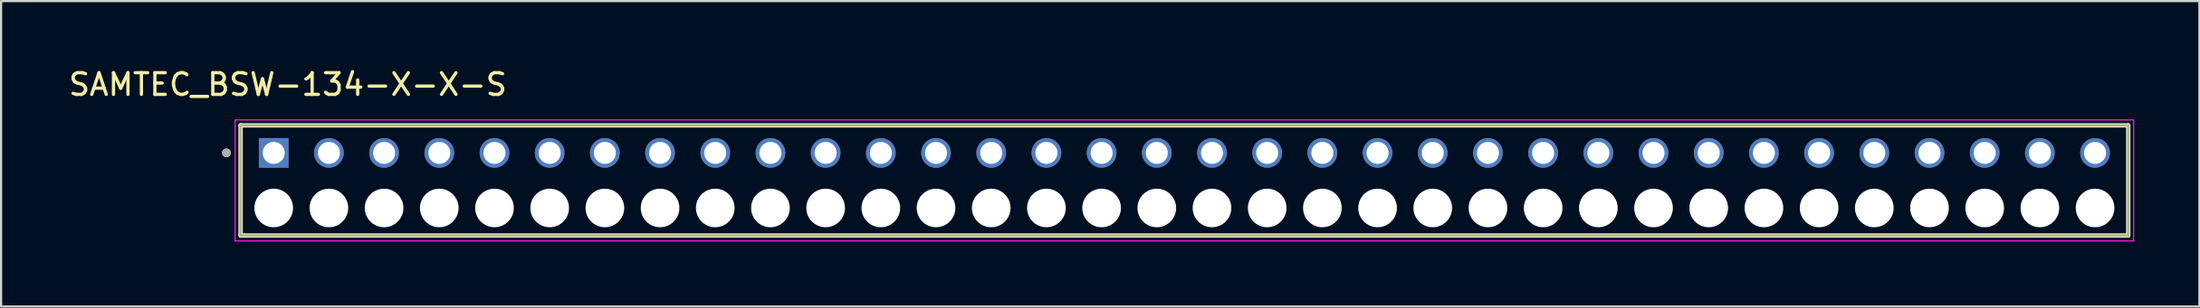
<source format=kicad_pcb>
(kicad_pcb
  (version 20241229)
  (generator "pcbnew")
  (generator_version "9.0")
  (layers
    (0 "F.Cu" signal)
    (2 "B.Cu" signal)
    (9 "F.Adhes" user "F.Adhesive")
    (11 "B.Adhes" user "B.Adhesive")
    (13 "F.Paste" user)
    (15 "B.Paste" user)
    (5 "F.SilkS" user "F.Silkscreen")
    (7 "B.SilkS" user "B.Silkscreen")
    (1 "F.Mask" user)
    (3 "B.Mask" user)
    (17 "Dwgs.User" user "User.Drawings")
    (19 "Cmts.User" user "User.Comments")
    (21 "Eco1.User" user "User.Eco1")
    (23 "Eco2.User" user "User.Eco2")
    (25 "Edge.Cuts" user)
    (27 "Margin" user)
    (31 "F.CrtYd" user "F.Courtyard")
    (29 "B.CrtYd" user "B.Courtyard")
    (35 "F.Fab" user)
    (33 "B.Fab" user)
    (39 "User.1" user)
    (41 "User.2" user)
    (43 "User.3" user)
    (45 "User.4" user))
  (footprint "SAMTEC_BSW-134-X-X-S"
    (layer "F.Cu")
    (at 51.456 5.273)
    (property "Reference" "SAMTEC_BSW-134-X-X-S" (at -41.26 -4.425 0) (layer "F.SilkS") (effects (font (size 1 1) (thickness 0.15))))
    (attr through_hole)
    (fp_line (start -43.435 -2.54) (end 43.435 -2.54) (stroke (width 0.2) (type solid)) (layer "F.SilkS"))
    (fp_line (start -43.435 2.54) (end -43.435 -2.54) (stroke (width 0.2) (type solid)) (layer "F.SilkS"))
    (fp_line (start 43.435 -2.54) (end 43.435 2.54) (stroke (width 0.2) (type solid)) (layer "F.SilkS"))
    (fp_line (start 43.435 2.54) (end -43.435 2.54) (stroke (width 0.2) (type solid)) (layer "F.SilkS"))
    (fp_circle (center -44.085 -1.27) (end -43.985 -1.27) (stroke (width 0.2) (type solid)) (fill no) (layer "F.SilkS"))
    (fp_line (start -43.685 -2.79) (end 43.685 -2.79) (stroke (width 0.05) (type solid)) (layer "F.CrtYd"))
    (fp_line (start -43.685 2.79) (end -43.685 -2.79) (stroke (width 0.05) (type solid)) (layer "F.CrtYd"))
    (fp_line (start 43.685 -2.79) (end 43.685 2.79) (stroke (width 0.05) (type solid)) (layer "F.CrtYd"))
    (fp_line (start 43.685 2.79) (end -43.685 2.79) (stroke (width 0.05) (type solid)) (layer "F.CrtYd"))
    (fp_line (start -43.435 -2.54) (end -43.435 2.54) (stroke (width 0.1) (type solid)) (layer "F.Fab"))
    (fp_line (start -43.435 2.54) (end 43.435 2.54) (stroke (width 0.1) (type solid)) (layer "F.Fab"))
    (fp_line (start 43.435 -2.54) (end -43.435 -2.54) (stroke (width 0.1) (type solid)) (layer "F.Fab"))
    (fp_line (start 43.435 2.54) (end 43.435 -2.54) (stroke (width 0.1) (type solid)) (layer "F.Fab"))
    (fp_circle (center -44.085 -1.27) (end -43.985 -1.27) (stroke (width 0.2) (type solid)) (fill no) (layer "F.Fab"))
    (pad "" np_thru_hole circle (at -41.91 1.27) (size 1.778 1.778) (drill 1.778) (layers "*.Cu" "*.Mask"))
    (pad "" np_thru_hole circle (at -39.37 1.27) (size 1.778 1.778) (drill 1.778) (layers "*.Cu" "*.Mask"))
    (pad "" np_thru_hole circle (at -36.83 1.27) (size 1.778 1.778) (drill 1.778) (layers "*.Cu" "*.Mask"))
    (pad "" np_thru_hole circle (at -34.29 1.27) (size 1.778 1.778) (drill 1.778) (layers "*.Cu" "*.Mask"))
    (pad "" np_thru_hole circle (at -31.75 1.27) (size 1.778 1.778) (drill 1.778) (layers "*.Cu" "*.Mask"))
    (pad "" np_thru_hole circle (at -29.21 1.27) (size 1.778 1.778) (drill 1.778) (layers "*.Cu" "*.Mask"))
    (pad "" np_thru_hole circle (at -26.67 1.27) (size 1.778 1.778) (drill 1.778) (layers "*.Cu" "*.Mask"))
    (pad "" np_thru_hole circle (at -24.13 1.27) (size 1.778 1.778) (drill 1.778) (layers "*.Cu" "*.Mask"))
    (pad "" np_thru_hole circle (at -21.59 1.27) (size 1.778 1.778) (drill 1.778) (layers "*.Cu" "*.Mask"))
    (pad "" np_thru_hole circle (at -19.05 1.27) (size 1.778 1.778) (drill 1.778) (layers "*.Cu" "*.Mask"))
    (pad "" np_thru_hole circle (at -16.51 1.27) (size 1.778 1.778) (drill 1.778) (layers "*.Cu" "*.Mask"))
    (pad "" np_thru_hole circle (at -13.97 1.27) (size 1.778 1.778) (drill 1.778) (layers "*.Cu" "*.Mask"))
    (pad "" np_thru_hole circle (at -11.43 1.27) (size 1.778 1.778) (drill 1.778) (layers "*.Cu" "*.Mask"))
    (pad "" np_thru_hole circle (at -8.89 1.27) (size 1.778 1.778) (drill 1.778) (layers "*.Cu" "*.Mask"))
    (pad "" np_thru_hole circle (at -6.35 1.27) (size 1.778 1.778) (drill 1.778) (layers "*.Cu" "*.Mask"))
    (pad "" np_thru_hole circle (at -3.81 1.27) (size 1.778 1.778) (drill 1.778) (layers "*.Cu" "*.Mask"))
    (pad "" np_thru_hole circle (at -1.27 1.27) (size 1.778 1.778) (drill 1.778) (layers "*.Cu" "*.Mask"))
    (pad "" np_thru_hole circle (at 1.27 1.27) (size 1.778 1.778) (drill 1.778) (layers "*.Cu" "*.Mask"))
    (pad "" np_thru_hole circle (at 3.81 1.27) (size 1.778 1.778) (drill 1.778) (layers "*.Cu" "*.Mask"))
    (pad "" np_thru_hole circle (at 6.35 1.27) (size 1.778 1.778) (drill 1.778) (layers "*.Cu" "*.Mask"))
    (pad "" np_thru_hole circle (at 8.89 1.27) (size 1.778 1.778) (drill 1.778) (layers "*.Cu" "*.Mask"))
    (pad "" np_thru_hole circle (at 11.43 1.27) (size 1.778 1.778) (drill 1.778) (layers "*.Cu" "*.Mask"))
    (pad "" np_thru_hole circle (at 13.97 1.27) (size 1.778 1.778) (drill 1.778) (layers "*.Cu" "*.Mask"))
    (pad "" np_thru_hole circle (at 16.51 1.27) (size 1.778 1.778) (drill 1.778) (layers "*.Cu" "*.Mask"))
    (pad "" np_thru_hole circle (at 19.05 1.27) (size 1.778 1.778) (drill 1.778) (layers "*.Cu" "*.Mask"))
    (pad "" np_thru_hole circle (at 21.59 1.27) (size 1.778 1.778) (drill 1.778) (layers "*.Cu" "*.Mask"))
    (pad "" np_thru_hole circle (at 24.13 1.27) (size 1.778 1.778) (drill 1.778) (layers "*.Cu" "*.Mask"))
    (pad "" np_thru_hole circle (at 26.67 1.27) (size 1.778 1.778) (drill 1.778) (layers "*.Cu" "*.Mask"))
    (pad "" np_thru_hole circle (at 29.21 1.27) (size 1.778 1.778) (drill 1.778) (layers "*.Cu" "*.Mask"))
    (pad "" np_thru_hole circle (at 31.75 1.27) (size 1.778 1.778) (drill 1.778) (layers "*.Cu" "*.Mask"))
    (pad "" np_thru_hole circle (at 34.29 1.27) (size 1.778 1.778) (drill 1.778) (layers "*.Cu" "*.Mask"))
    (pad "" np_thru_hole circle (at 36.83 1.27) (size 1.778 1.778) (drill 1.778) (layers "*.Cu" "*.Mask"))
    (pad "" np_thru_hole circle (at 39.37 1.27) (size 1.778 1.778) (drill 1.778) (layers "*.Cu" "*.Mask"))
    (pad "" np_thru_hole circle (at 41.91 1.27) (size 1.778 1.778) (drill 1.778) (layers "*.Cu" "*.Mask"))
    (pad "01" thru_hole rect (at -41.91 -1.27) (size 1.366 1.366) (drill 1.016) (layers "*.Cu" "*.Mask"))
    (pad "02" thru_hole circle (at -39.37 -1.27) (size 1.366 1.366) (drill 1.016) (layers "*.Cu" "*.Mask"))
    (pad "03" thru_hole circle (at -36.83 -1.27) (size 1.366 1.366) (drill 1.016) (layers "*.Cu" "*.Mask"))
    (pad "04" thru_hole circle (at -34.29 -1.27) (size 1.366 1.366) (drill 1.016) (layers "*.Cu" "*.Mask"))
    (pad "05" thru_hole circle (at -31.75 -1.27) (size 1.366 1.366) (drill 1.016) (layers "*.Cu" "*.Mask"))
    (pad "06" thru_hole circle (at -29.21 -1.27) (size 1.366 1.366) (drill 1.016) (layers "*.Cu" "*.Mask"))
    (pad "07" thru_hole circle (at -26.67 -1.27) (size 1.366 1.366) (drill 1.016) (layers "*.Cu" "*.Mask"))
    (pad "08" thru_hole circle (at -24.13 -1.27) (size 1.366 1.366) (drill 1.016) (layers "*.Cu" "*.Mask"))
    (pad "09" thru_hole circle (at -21.59 -1.27) (size 1.366 1.366) (drill 1.016) (layers "*.Cu" "*.Mask"))
    (pad "10" thru_hole circle (at -19.05 -1.27) (size 1.366 1.366) (drill 1.016) (layers "*.Cu" "*.Mask"))
    (pad "11" thru_hole circle (at -16.51 -1.27) (size 1.366 1.366) (drill 1.016) (layers "*.Cu" "*.Mask"))
    (pad "12" thru_hole circle (at -13.97 -1.27) (size 1.366 1.366) (drill 1.016) (layers "*.Cu" "*.Mask"))
    (pad "13" thru_hole circle (at -11.43 -1.27) (size 1.366 1.366) (drill 1.016) (layers "*.Cu" "*.Mask"))
    (pad "14" thru_hole circle (at -8.89 -1.27) (size 1.366 1.366) (drill 1.016) (layers "*.Cu" "*.Mask"))
    (pad "15" thru_hole circle (at -6.35 -1.27) (size 1.366 1.366) (drill 1.016) (layers "*.Cu" "*.Mask"))
    (pad "16" thru_hole circle (at -3.81 -1.27) (size 1.366 1.366) (drill 1.016) (layers "*.Cu" "*.Mask"))
    (pad "17" thru_hole circle (at -1.27 -1.27) (size 1.366 1.366) (drill 1.016) (layers "*.Cu" "*.Mask"))
    (pad "18" thru_hole circle (at 1.27 -1.27) (size 1.366 1.366) (drill 1.016) (layers "*.Cu" "*.Mask"))
    (pad "19" thru_hole circle (at 3.81 -1.27) (size 1.366 1.366) (drill 1.016) (layers "*.Cu" "*.Mask"))
    (pad "20" thru_hole circle (at 6.35 -1.27) (size 1.366 1.366) (drill 1.016) (layers "*.Cu" "*.Mask"))
    (pad "21" thru_hole circle (at 8.89 -1.27) (size 1.366 1.366) (drill 1.016) (layers "*.Cu" "*.Mask"))
    (pad "22" thru_hole circle (at 11.43 -1.27) (size 1.366 1.366) (drill 1.016) (layers "*.Cu" "*.Mask"))
    (pad "23" thru_hole circle (at 13.97 -1.27) (size 1.366 1.366) (drill 1.016) (layers "*.Cu" "*.Mask"))
    (pad "24" thru_hole circle (at 16.51 -1.27) (size 1.366 1.366) (drill 1.016) (layers "*.Cu" "*.Mask"))
    (pad "25" thru_hole circle (at 19.05 -1.27) (size 1.366 1.366) (drill 1.016) (layers "*.Cu" "*.Mask"))
    (pad "26" thru_hole circle (at 21.59 -1.27) (size 1.366 1.366) (drill 1.016) (layers "*.Cu" "*.Mask"))
    (pad "27" thru_hole circle (at 24.13 -1.27) (size 1.366 1.366) (drill 1.016) (layers "*.Cu" "*.Mask"))
    (pad "28" thru_hole circle (at 26.67 -1.27) (size 1.366 1.366) (drill 1.016) (layers "*.Cu" "*.Mask"))
    (pad "29" thru_hole circle (at 29.21 -1.27) (size 1.366 1.366) (drill 1.016) (layers "*.Cu" "*.Mask"))
    (pad "30" thru_hole circle (at 31.75 -1.27) (size 1.366 1.366) (drill 1.016) (layers "*.Cu" "*.Mask"))
    (pad "31" thru_hole circle (at 34.29 -1.27) (size 1.366 1.366) (drill 1.016) (layers "*.Cu" "*.Mask"))
    (pad "32" thru_hole circle (at 36.83 -1.27) (size 1.366 1.366) (drill 1.016) (layers "*.Cu" "*.Mask"))
    (pad "33" thru_hole circle (at 39.37 -1.27) (size 1.366 1.366) (drill 1.016) (layers "*.Cu" "*.Mask"))
    (pad "34" thru_hole circle (at 41.91 -1.27) (size 1.366 1.366) (drill 1.016) (layers "*.Cu" "*.Mask")))
  (gr_rect
    (start -3 -3)
    (end 98.166 11.088)
    (stroke (width 0.1) (type default))
    (fill no)
    (layer "Edge.Cuts")))
</source>
